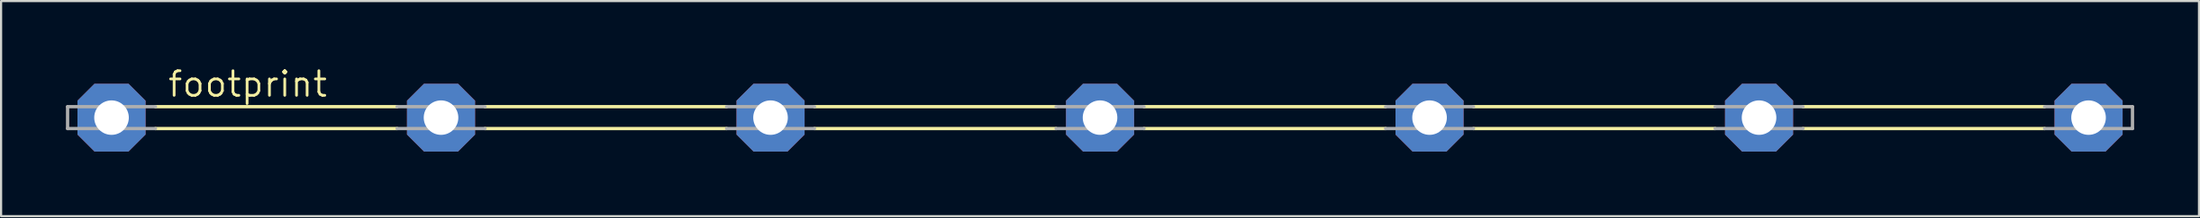
<source format=kicad_pcb>
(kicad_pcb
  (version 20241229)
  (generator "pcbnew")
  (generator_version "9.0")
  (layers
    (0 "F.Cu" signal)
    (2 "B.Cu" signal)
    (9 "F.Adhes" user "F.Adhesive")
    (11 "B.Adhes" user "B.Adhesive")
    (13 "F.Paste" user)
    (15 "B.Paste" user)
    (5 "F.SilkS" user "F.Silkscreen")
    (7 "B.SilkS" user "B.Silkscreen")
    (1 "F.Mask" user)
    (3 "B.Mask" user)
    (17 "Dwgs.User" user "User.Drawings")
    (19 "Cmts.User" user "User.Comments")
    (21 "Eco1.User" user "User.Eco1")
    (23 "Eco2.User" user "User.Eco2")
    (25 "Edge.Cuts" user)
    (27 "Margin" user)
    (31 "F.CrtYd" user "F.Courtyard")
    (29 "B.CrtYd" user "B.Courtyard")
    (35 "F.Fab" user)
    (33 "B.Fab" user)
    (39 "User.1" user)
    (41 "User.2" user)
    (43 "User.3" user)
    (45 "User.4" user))
  (footprint "footprint"
    (layer "F.Cu")
    (at 47.828 2.413)
    (property "Reference" "footprint" (at -43.18 -0.889 0) (layer "F.SilkS") (effects (font (size 1.143 1.143) (thickness 0.127)) (justify left bottom)))
    (fp_line (start -43.688 -0.508) (end -32.512 -0.508) (stroke (width 0.152) (type solid)) (layer "F.SilkS"))
    (fp_line (start -43.688 0.508) (end -32.512 0.508) (stroke (width 0.152) (type solid)) (layer "F.SilkS"))
    (fp_line (start -28.448 -0.508) (end -17.272 -0.508) (stroke (width 0.152) (type solid)) (layer "F.SilkS"))
    (fp_line (start -28.448 0.508) (end -17.272 0.508) (stroke (width 0.152) (type solid)) (layer "F.SilkS"))
    (fp_line (start -13.208 -0.508) (end -2.032 -0.508) (stroke (width 0.152) (type solid)) (layer "F.SilkS"))
    (fp_line (start -13.208 0.508) (end -2.032 0.508) (stroke (width 0.152) (type solid)) (layer "F.SilkS"))
    (fp_line (start 2.032 -0.508) (end 13.208 -0.508) (stroke (width 0.152) (type solid)) (layer "F.SilkS"))
    (fp_line (start 2.032 0.508) (end 13.208 0.508) (stroke (width 0.152) (type solid)) (layer "F.SilkS"))
    (fp_line (start 17.272 -0.508) (end 28.448 -0.508) (stroke (width 0.152) (type solid)) (layer "F.SilkS"))
    (fp_line (start 17.272 0.508) (end 28.448 0.508) (stroke (width 0.152) (type solid)) (layer "F.SilkS"))
    (fp_line (start 32.512 -0.508) (end 43.688 -0.508) (stroke (width 0.152) (type solid)) (layer "F.SilkS"))
    (fp_line (start 32.512 0.508) (end 43.688 0.508) (stroke (width 0.152) (type solid)) (layer "F.SilkS"))
    (fp_line (start -47.752 -0.508) (end -47.752 0.508) (stroke (width 0.152) (type solid)) (layer "F.Fab"))
    (fp_line (start -47.752 0.508) (end -43.688 0.508) (stroke (width 0.152) (type solid)) (layer "F.Fab"))
    (fp_line (start -43.688 -0.508) (end -47.752 -0.508) (stroke (width 0.152) (type solid)) (layer "F.Fab"))
    (fp_line (start -32.512 0.508) (end -28.448 0.508) (stroke (width 0.152) (type solid)) (layer "F.Fab"))
    (fp_line (start -28.448 -0.508) (end -32.512 -0.508) (stroke (width 0.152) (type solid)) (layer "F.Fab"))
    (fp_line (start -13.208 -0.508) (end -17.272 -0.508) (stroke (width 0.152) (type solid)) (layer "F.Fab"))
    (fp_line (start -13.208 0.508) (end -17.272 0.508) (stroke (width 0.152) (type solid)) (layer "F.Fab"))
    (fp_line (start -2.032 0.508) (end 2.032 0.508) (stroke (width 0.152) (type solid)) (layer "F.Fab"))
    (fp_line (start 2.032 -0.508) (end -2.032 -0.508) (stroke (width 0.152) (type solid)) (layer "F.Fab"))
    (fp_line (start 13.208 0.508) (end 17.272 0.508) (stroke (width 0.152) (type solid)) (layer "F.Fab"))
    (fp_line (start 17.272 -0.508) (end 13.208 -0.508) (stroke (width 0.152) (type solid)) (layer "F.Fab"))
    (fp_line (start 32.512 -0.508) (end 28.448 -0.508) (stroke (width 0.152) (type solid)) (layer "F.Fab"))
    (fp_line (start 32.512 0.508) (end 28.448 0.508) (stroke (width 0.152) (type solid)) (layer "F.Fab"))
    (fp_line (start 47.752 -0.508) (end 43.688 -0.508) (stroke (width 0.152) (type solid)) (layer "F.Fab"))
    (fp_line (start 47.752 -0.508) (end 47.752 0.508) (stroke (width 0.152) (type solid)) (layer "F.Fab"))
    (fp_line (start 47.752 0.508) (end 43.688 0.508) (stroke (width 0.152) (type solid)) (layer "F.Fab"))
    (pad "1" thru_hole roundrect (at -45.72 0) (size 3.15 3.15) (drill 1.6) (layers "*.Cu" "*.Mask") (roundrect_rratio 0.25) (chamfer_ratio 0.25) (chamfer top_left top_right bottom_left bottom_right))
    (pad "2" thru_hole roundrect (at -30.48 0) (size 3.15 3.15) (drill 1.6) (layers "*.Cu" "*.Mask") (roundrect_rratio 0.25) (chamfer_ratio 0.25) (chamfer top_left top_right bottom_left bottom_right))
    (pad "3" thru_hole roundrect (at -15.24 0) (size 3.15 3.15) (drill 1.6) (layers "*.Cu" "*.Mask") (roundrect_rratio 0.25) (chamfer_ratio 0.25) (chamfer top_left top_right bottom_left bottom_right))
    (pad "4" thru_hole roundrect (at 0 0) (size 3.15 3.15) (drill 1.6) (layers "*.Cu" "*.Mask") (roundrect_rratio 0.25) (chamfer_ratio 0.25) (chamfer top_left top_right bottom_left bottom_right))
    (pad "5" thru_hole roundrect (at 15.24 0) (size 3.15 3.15) (drill 1.6) (layers "*.Cu" "*.Mask") (roundrect_rratio 0.25) (chamfer_ratio 0.25) (chamfer top_left top_right bottom_left bottom_right))
    (pad "6" thru_hole roundrect (at 30.48 0) (size 3.15 3.15) (drill 1.6) (layers "*.Cu" "*.Mask") (roundrect_rratio 0.25) (chamfer_ratio 0.25) (chamfer top_left top_right bottom_left bottom_right))
    (pad "7" thru_hole roundrect (at 45.72 0) (size 3.15 3.15) (drill 1.6) (layers "*.Cu" "*.Mask") (roundrect_rratio 0.25) (chamfer_ratio 0.25) (chamfer top_left top_right bottom_left bottom_right)))
  (gr_rect
    (start -3 -3)
    (end 98.656 6.988)
    (stroke (width 0.1) (type default))
    (fill no)
    (layer "Edge.Cuts")))
</source>
